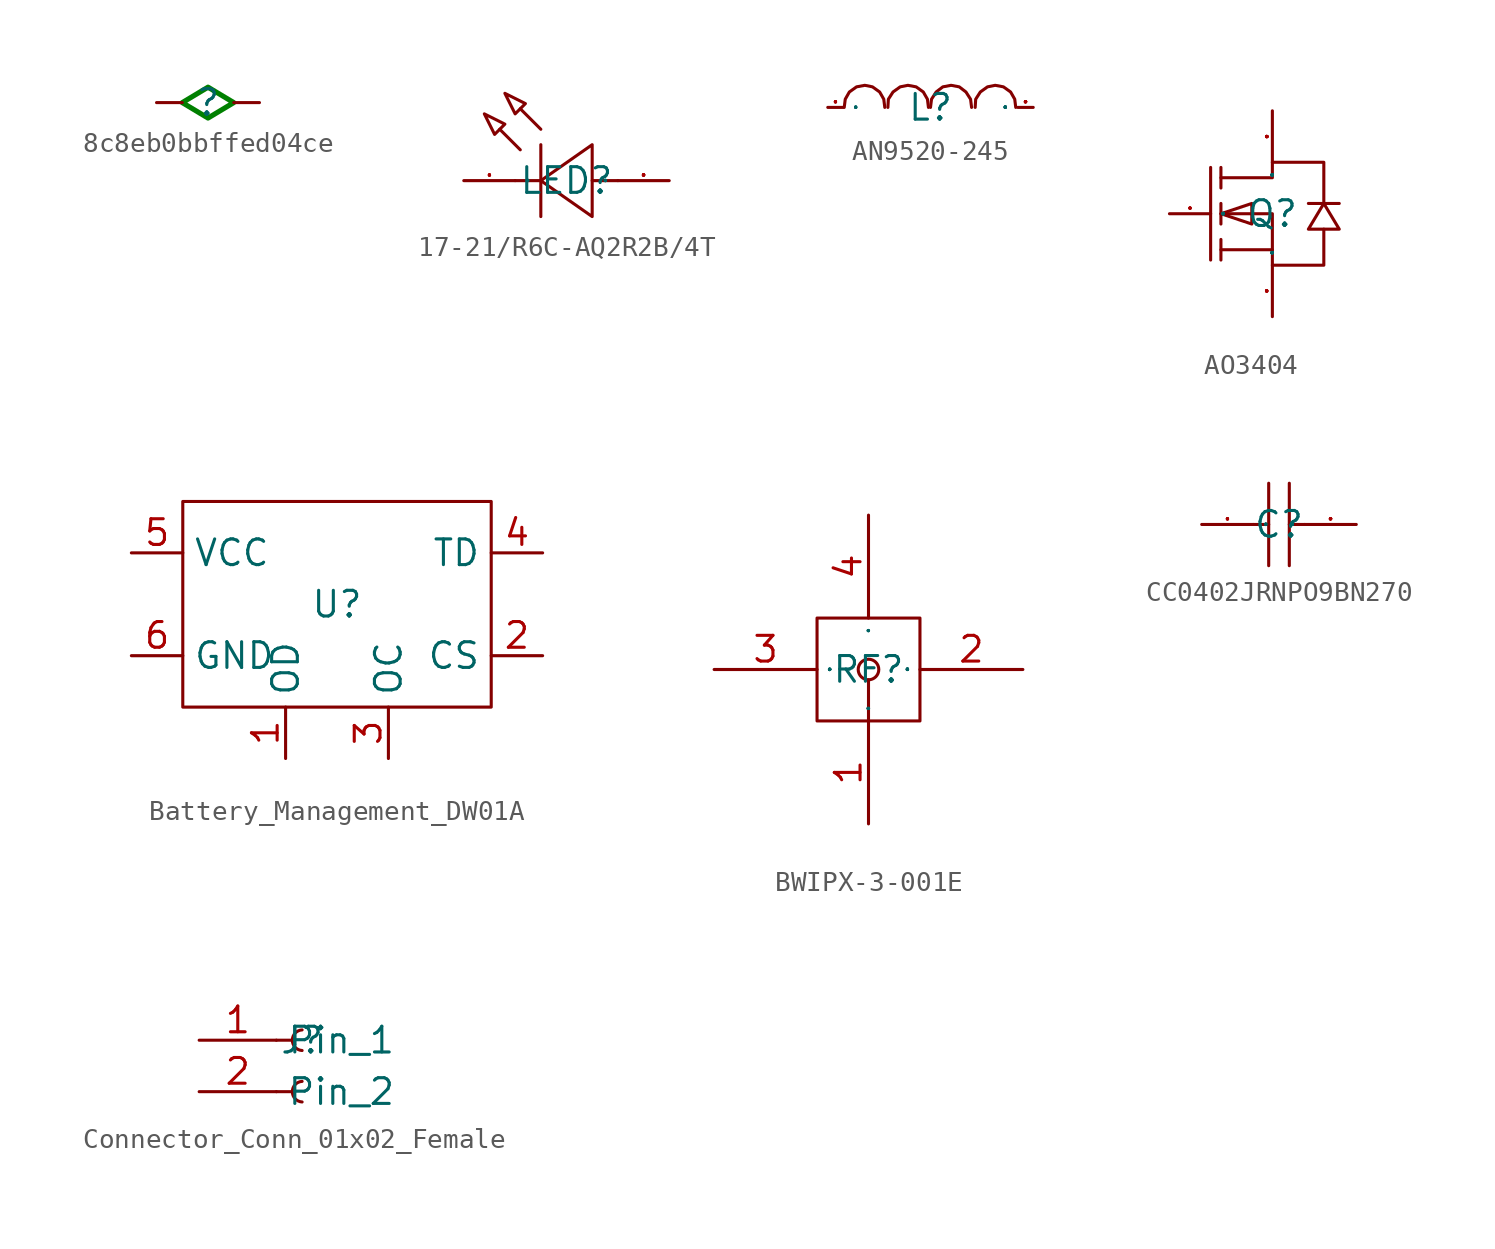
<source format=kicad_sym>
(kicad_symbol_lib
  (version 20241209)
  (generator "kicad_symbol_editor")
  (generator_version "9.0")
  (symbol "8c8eb0bbffed04ce"
    (property "Reference" ""
      (at 0 0 0)
      (effects (font (size 1.27 1.27))))
    (property "Value" ""
      (at 0 0 0)
      (effects (font (size 1.27 1.27))))
    (symbol "8c8eb0bbffed04ce_1_0"
      (polyline (pts (xy 0 0.762) (xy 1.27 0) (xy 0 -0.762) (xy -1.27 0) (xy 0 0.762)) (stroke (width 0.254) (type solid) (color 0 128 0 1)) (fill (type none)))
      (pin input line (at -2.54 0 0) (length 1.27) (name "" (effects (font (size 0.025 0.025)))) (number "" (effects (font (size 1.27 1.27)))))
      (pin input line (at 2.54 0 180) (length 1.27) (name "" (effects (font (size 0.025 0.025)))) (number "" (effects (font (size 1.27 1.27)))))))
  (symbol "17-21/R6C-AQ2R2B/4T"
    (property "Reference" "LED"
      (at 0 0 0)
      (effects (font (size 1.27 1.27))))
    (property "Value" ""
      (at 0 0 0)
      (effects (font (size 1.27 1.27))))
    (symbol "17-21/R6C-AQ2R2B/4T_1_0"
      (polyline (pts (xy -4.064 3.302) (xy -3.048 2.794) (xy -3.048 2.794) (xy -3.556 2.286) (xy -3.556 2.286) (xy -4.064 3.302)) (stroke (width 0) (type default)) (fill (type none)))
      (polyline (pts (xy -3.048 4.318) (xy -2.032 3.81) (xy -2.032 3.81) (xy -2.54 3.302) (xy -2.54 3.302) (xy -3.048 4.318)) (stroke (width 0) (type default)) (fill (type none)))
      (polyline (pts (xy -2.286 1.524) (xy -3.302 2.54)) (stroke (width 0) (type default)) (fill (type none)))
      (polyline (pts (xy -1.27 2.54) (xy -2.286 3.556)) (stroke (width 0) (type default)) (fill (type none)))
      (polyline (pts (xy -1.27 1.778) (xy -1.27 -1.778)) (stroke (width 0) (type default)) (fill (type none)))
      (polyline (pts (xy -1.27 0) (xy -2.54 0)) (stroke (width 0) (type default)) (fill (type none)))
      (polyline (pts (xy 1.27 1.778) (xy -1.27 0) (xy -1.27 0) (xy 1.27 -1.778) (xy 1.27 -1.778) (xy 1.27 1.778)) (stroke (width 0) (type default)) (fill (type none)))
      (polyline (pts (xy 2.54 0) (xy 1.27 0)) (stroke (width 0) (type default)) (fill (type none)))
      (pin unspecified line (at -5.08 0 0) (length 2.54) (name "K" (effects (font (size 0.025 0.025)))) (number "1" (effects (font (size 0.025 0.025)))))
      (pin unspecified line (at 5.08 0 180) (length 2.54) (name "A" (effects (font (size 0.025 0.025)))) (number "2" (effects (font (size 0.025 0.025)))))))
  (symbol "AN9520-245"
    (property "Reference" "L"
      (at 0 0 0)
      (effects (font (size 1.27 1.27))))
    (property "Value" ""
      (at 0 0 0)
      (effects (font (size 1.27 1.27))))
    (symbol "AN9520-245_1_0"
      (polyline (pts (xy -4.267 0) (xy -4.216 0.406) (xy -4.216 0.406) (xy -4.013 0.762) (xy -4.013 0.762) (xy -3.658 1.016) (xy -3.658 1.016) (xy -3.251 1.092) (xy -3.251 1.092) (xy -2.87 1.016) (xy -2.87 1.016) (xy -2.515 0.762) (xy -2.515 0.762) (xy -2.311 0.406) (xy -2.311 0.406) (xy -2.261 0)) (stroke (width 0) (type default)) (fill (type none)))
      (polyline (pts (xy -2.108 0) (xy -2.083 0.406) (xy -2.083 0.406) (xy -1.854 0.762) (xy -1.854 0.762) (xy -1.499 1.016) (xy -1.499 1.016) (xy -1.118 1.092) (xy -1.118 1.092) (xy -0.711 1.016) (xy -0.711 1.016) (xy -0.356 0.762) (xy -0.356 0.762) (xy -0.152 0.406) (xy -0.152 0.406) (xy -0.102 0)) (stroke (width 0) (type default)) (fill (type none)))
      (polyline (pts (xy 0 0) (xy 0.051 0.406) (xy 0.051 0.406) (xy 0.279 0.762) (xy 0.279 0.762) (xy 0.61 1.016) (xy 0.61 1.016) (xy 1.016 1.092) (xy 1.016 1.092) (xy 1.422 1.016) (xy 1.422 1.016) (xy 1.753 0.762) (xy 1.753 0.762) (xy 1.981 0.406) (xy 1.981 0.406) (xy 2.032 0)) (stroke (width 0) (type default)) (fill (type none)))
      (polyline (pts (xy 2.21 0) (xy 2.235 0.406) (xy 2.235 0.406) (xy 2.464 0.762) (xy 2.464 0.762) (xy 2.819 1.016) (xy 2.819 1.016) (xy 3.2 1.092) (xy 3.2 1.092) (xy 3.607 1.016) (xy 3.607 1.016) (xy 3.962 0.762) (xy 3.962 0.762) (xy 4.166 0.406) (xy 4.166 0.406) (xy 4.216 0)) (stroke (width 0) (type default)) (fill (type none)))
      (pin unspecified line (at -5.08 0 0) (length 0.762) (name "1" (effects (font (size 0.025 0.025)))) (number "1" (effects (font (size 0.025 0.025)))))
      (pin unspecified line (at 5.08 0 180) (length 0.762) (name "2" (effects (font (size 0.025 0.025)))) (number "2" (effects (font (size 0.025 0.025)))))))
  (symbol "AO3404"
    (property "Reference" "Q"
      (at 0 0 0)
      (effects (font (size 1.27 1.27))))
    (property "Value" ""
      (at 0 0 0)
      (effects (font (size 1.27 1.27))))
    (symbol "AO3404_1_0"
      (polyline (pts (xy -3.048 2.286) (xy -3.048 -2.286)) (stroke (width 0) (type default)) (fill (type none)))
      (polyline (pts (xy -2.54 2.286) (xy -2.54 1.27)) (stroke (width 0) (type default)) (fill (type none)))
      (polyline (pts (xy -2.54 1.778) (xy 0 1.778) (xy 0 1.778) (xy 0 2.54) (xy 0 2.54) (xy 2.54 2.54) (xy 2.54 2.54) (xy 2.54 0.508)) (stroke (width 0) (type default)) (fill (type none)))
      (polyline (pts (xy -2.54 0) (xy -1.016 -0.508) (xy -1.016 -0.508) (xy -1.016 0.508) (xy -1.016 0.508) (xy -2.54 0)) (stroke (width 0) (type default)) (fill (type none)))
      (polyline (pts (xy -2.54 0) (xy 0 0) (xy 0 0) (xy 0 -2.54) (xy 0 -2.54) (xy 2.54 -2.54) (xy 2.54 -2.54) (xy 2.54 -0.762)) (stroke (width 0) (type default)) (fill (type none)))
      (polyline (pts (xy -2.54 -0.508) (xy -2.54 0.508)) (stroke (width 0) (type default)) (fill (type none)))
      (polyline (pts (xy -2.54 -2.286) (xy -2.54 -1.27)) (stroke (width 0) (type default)) (fill (type none)))
      (polyline (pts (xy 0 -1.778) (xy -2.54 -1.778)) (stroke (width 0) (type default)) (fill (type none)))
      (polyline (pts (xy 2.54 0.508) (xy 1.778 -0.762) (xy 1.778 -0.762) (xy 3.302 -0.762) (xy 3.302 -0.762) (xy 2.54 0.508)) (stroke (width 0) (type default)) (fill (type none)))
      (polyline (pts (xy 3.302 0.508) (xy 3.048 0.508) (xy 3.048 0.508) (xy 2.032 0.508) (xy 2.032 0.508) (xy 1.778 0.508)) (stroke (width 0) (type default)) (fill (type none)))
      (pin input line (at -5.08 0 0) (length 2.032) (name "G" (effects (font (size 0.025 0.025)))) (number "1" (effects (font (size 0.025 0.025)))))
      (pin input line (at 0 5.08 270) (length 2.54) (name "D" (effects (font (size 0.025 0.025)))) (number "3" (effects (font (size 0.025 0.025)))))
      (pin input line (at 0 -5.08 90) (length 2.54) (name "S" (effects (font (size 0.025 0.025)))) (number "2" (effects (font (size 0.025 0.025)))))))
  (symbol "Battery_Management_DW01A"
    (property "Reference" "U"
      (at 0 0 0)
      (effects (font (size 1.27 1.27))))
    (symbol "Battery_Management_DW01A_1_0"
      (rectangle (start -7.62 5.08) (end 7.62 -5.08) (stroke (width 0) (type default)) (fill (type none)))
      (pin unspecified line (at -10.16 2.54 0) (length 2.54) (name "VCC" (effects (font (size 1.27 1.27)))) (number "5" (effects (font (size 1.27 1.27)))))
      (pin unspecified line (at -10.16 -2.54 0) (length 2.54) (name "GND" (effects (font (size 1.27 1.27)))) (number "6" (effects (font (size 1.27 1.27)))))
      (pin output line (at -2.54 -7.62 90) (length 2.54) (name "OD" (effects (font (size 1.27 1.27)))) (number "1" (effects (font (size 1.27 1.27)))))
      (pin output line (at 2.54 -7.62 90) (length 2.54) (name "OC" (effects (font (size 1.27 1.27)))) (number "3" (effects (font (size 1.27 1.27)))))
      (pin unspecified line (at 10.16 2.54 180) (length 2.54) (name "TD" (effects (font (size 1.27 1.27)))) (number "4" (effects (font (size 1.27 1.27)))))
      (pin input line (at 10.16 -2.54 180) (length 2.54) (name "CS" (effects (font (size 1.27 1.27)))) (number "2" (effects (font (size 1.27 1.27)))))))
  (symbol "BWIPX-3-001E"
    (property "Reference" "RF"
      (at 0 0 0)
      (effects (font (size 1.27 1.27))))
    (property "Value" ""
      (at 0 0 0)
      (effects (font (size 1.27 1.27))))
    (symbol "BWIPX-3-001E_1_0"
      (rectangle (start -2.54 -2.54) (end 2.54 2.54) (stroke (width 0) (type default)) (fill (type none)))
      (circle (center 0 0) (radius 0.508) (stroke (width 0) (type default)) (fill (type none)))
      (polyline (pts (xy 0 -0.508) (xy 0 -2.54)) (stroke (width 0) (type default)) (fill (type none)))
      (pin input line (at -7.62 0 0) (length 5.08) (name "3" (effects (font (size 0.025 0.025)))) (number "3" (effects (font (size 1.27 1.27)))))
      (pin input line (at 0 7.62 270) (length 5.08) (name "4" (effects (font (size 0.025 0.025)))) (number "4" (effects (font (size 1.27 1.27)))))
      (pin input line (at 0 -7.62 90) (length 5.08) (name "1" (effects (font (size 0.025 0.025)))) (number "1" (effects (font (size 1.27 1.27)))))
      (pin input line (at 7.62 0 180) (length 5.08) (name "2" (effects (font (size 0.025 0.025)))) (number "2" (effects (font (size 1.27 1.27)))))))
  (symbol "CC0402JRNPO9BN270"
    (property "Reference" "C"
      (at 0 0 0)
      (effects (font (size 1.27 1.27))))
    (symbol "CC0402JRNPO9BN270_1_0"
      (polyline (pts (xy -1.27 0) (xy -0.508 0)) (stroke (width 0) (type default)) (fill (type none)))
      (polyline (pts (xy -0.508 2.032) (xy -0.508 -2.032)) (stroke (width 0) (type default)) (fill (type none)))
      (polyline (pts (xy 0.508 2.032) (xy 0.508 -2.032)) (stroke (width 0) (type default)) (fill (type none)))
      (polyline (pts (xy 0.508 0) (xy 1.27 0)) (stroke (width 0) (type default)) (fill (type none)))
      (pin input line (at -3.81 0 0) (length 2.54) (name "1" (effects (font (size 0.025 0.025)))) (number "1" (effects (font (size 0.025 0.025)))))
      (pin input line (at 3.81 0 180) (length 2.54) (name "2" (effects (font (size 0.025 0.025)))) (number "2" (effects (font (size 0.025 0.025)))))))
  (symbol "Connector_Conn_01x02_Female"
    (property "Reference" "J"
      (at 0 0 0)
      (effects (font (size 1.27 1.27))))
    (symbol "Connector_Conn_01x02_Female_1_0"
      (polyline (pts (xy -1.27 0) (xy -0.508 0)) (stroke (width 0) (type default)) (fill (type none)))
      (polyline (pts (xy -1.27 -2.54) (xy -0.508 -2.54)) (stroke (width 0) (type default)) (fill (type none)))
      (arc (start 0 -0.508) (mid -0.4826 0) (end 0 0.508) (stroke (width 0) (type default)) (fill (type none)))
      (arc (start 0 -3.048) (mid -0.4826 -2.54) (end 0 -2.032) (stroke (width 0) (type default)) (fill (type none)))
      (pin unspecified line (at -5.08 0 0) (length 3.81) (name "Pin_1" (effects (font (size 1.27 1.27)))) (number "1" (effects (font (size 1.27 1.27)))))
      (pin unspecified line (at -5.08 -2.54 0) (length 3.81) (name "Pin_2" (effects (font (size 1.27 1.27)))) (number "2" (effects (font (size 1.27 1.27))))))))
</source>
